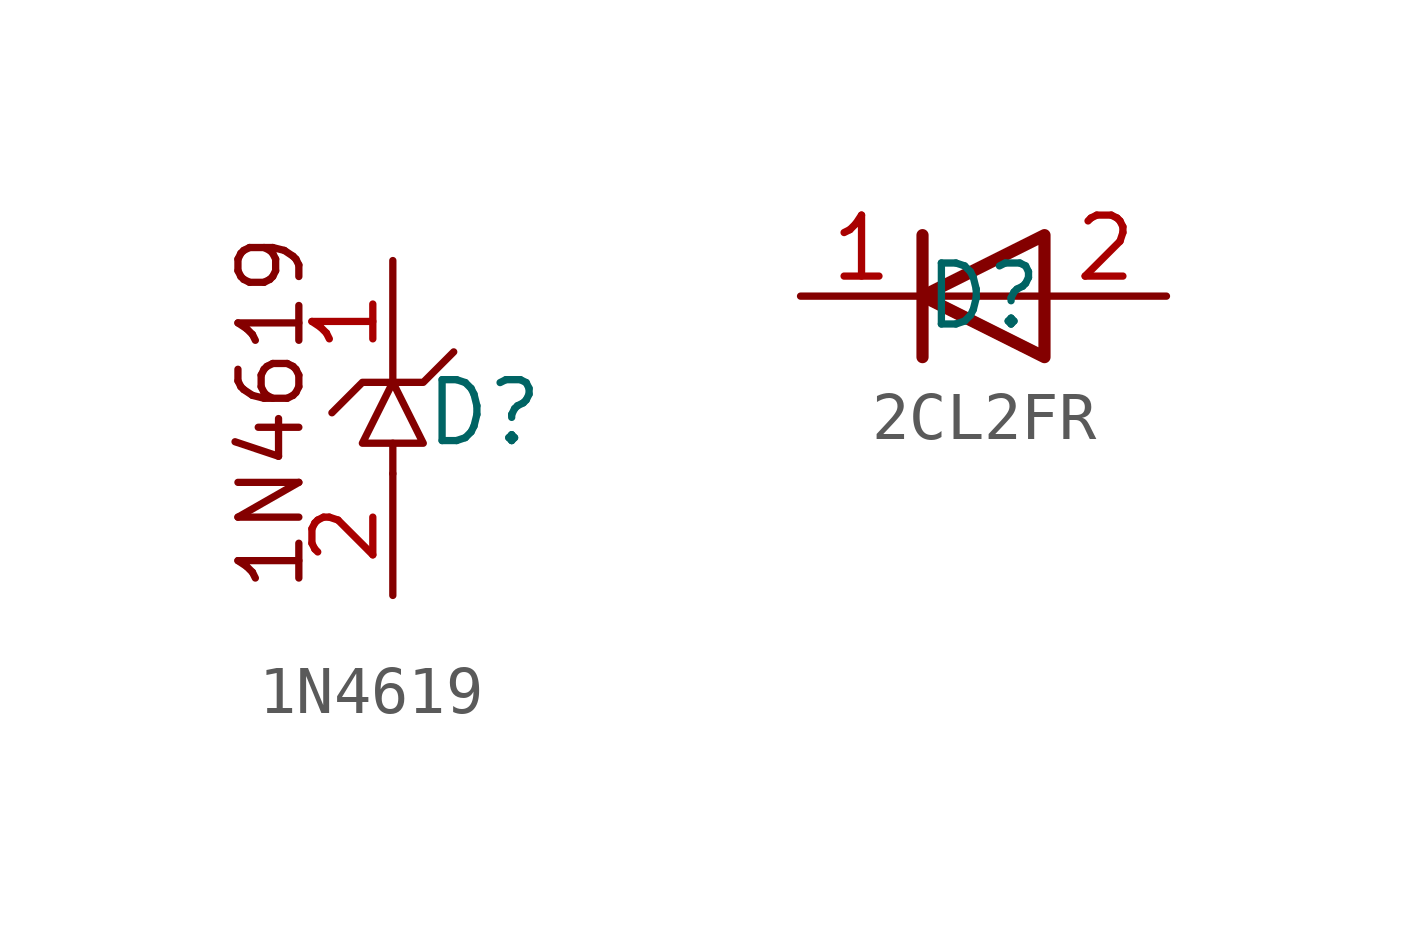
<source format=kicad_sym>
(kicad_symbol_lib
  (version 20231120)
  (generator "kicad_symbol_editor")
  (generator_version "8.0")
  (symbol "1N4619"
    (property "Reference" "D"
      (at 1.905 0.635 0)
      (effects (font (size 1.27 1.27))))
    (property "Value" ""
      (at 0 0.635 0)
      (effects (font (size 1.27 1.27))))
    (symbol "1N4619_0_1"
      (polyline (pts (xy 0 -0.635) (xy 0 0)) (stroke (width 0) (type default)) (fill (type none)))
      (polyline (pts (xy -1.27 0.635) (xy -0.635 1.27) (xy 0.635 1.27) (xy 1.27 1.905)) (stroke (width 0) (type default)) (fill (type none)))
      (polyline (pts (xy -0.635 0) (xy 0.635 0) (xy 0 1.27) (xy -0.635 0)) (stroke (width 0) (type default)) (fill (type none))))
    (symbol "1N4619_1_1"
      (text "1N4619" (at -2.54 0.635 900) (effects (font (size 1.27 1.27))))
      (pin passive line (at 0 3.81 270) (length 2.54) (name "" (effects (font (size 1.27 1.27)))) (number "1" (effects (font (size 1.27 1.27)))))
      (pin passive line (at 0 -3.175 90) (length 2.54) (name "" (effects (font (size 1.27 1.27)))) (number "2" (effects (font (size 1.27 1.27)))))))
  (symbol "2CL2FR"
    (property "Reference" "D"
      (at 0 0 0)
      (effects (font (size 1.27 1.27))))
    (property "Value" ""
      (at 0 0 0)
      (effects (font (size 1.27 1.27))))
    (property "ki_locked" ""
      (at 0 0 0)
      (effects (font (size 1.27 1.27))))
    (symbol "2CL2FR_0_1"
      (polyline (pts (xy -1.27 1.27) (xy -1.27 -1.27)) (stroke (width 0.254) (type default)) (fill (type none)))
      (polyline (pts (xy 1.27 0) (xy -1.27 0)) (stroke (width 0) (type default)) (fill (type none)))
      (polyline (pts (xy 1.27 1.27) (xy 1.27 -1.27) (xy -1.27 0) (xy 1.27 1.27)) (stroke (width 0.254) (type default)) (fill (type none))))
    (symbol "2CL2FR_1_1"
      (pin passive line (at -3.81 0 0) (length 2.54) (name "" (effects (font (size 1.27 1.27)))) (number "1" (effects (font (size 1.27 1.27)))))
      (pin passive line (at 3.81 0 180) (length 2.54) (name "" (effects (font (size 1.27 1.27)))) (number "2" (effects (font (size 1.27 1.27))))))))
</source>
